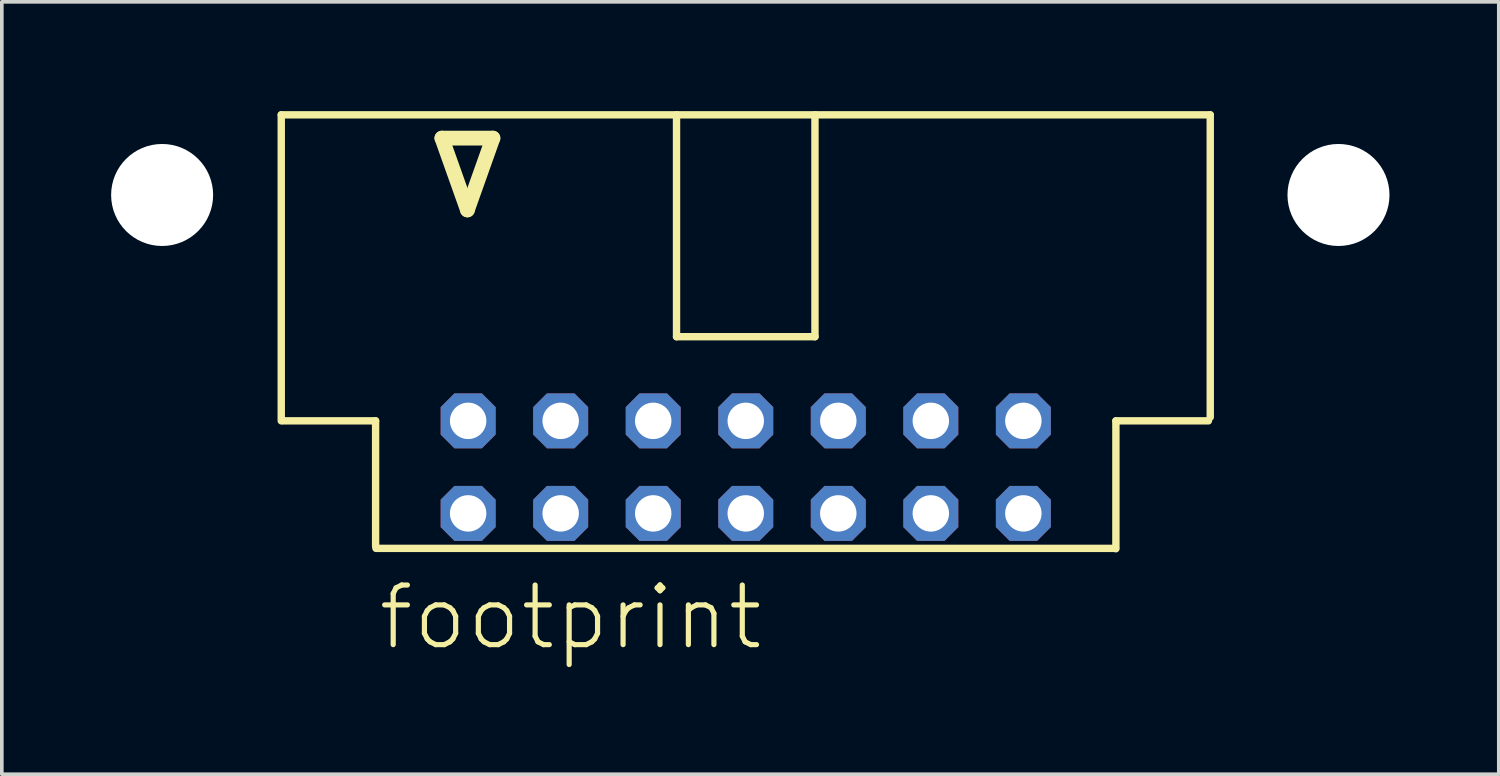
<source format=kicad_pcb>
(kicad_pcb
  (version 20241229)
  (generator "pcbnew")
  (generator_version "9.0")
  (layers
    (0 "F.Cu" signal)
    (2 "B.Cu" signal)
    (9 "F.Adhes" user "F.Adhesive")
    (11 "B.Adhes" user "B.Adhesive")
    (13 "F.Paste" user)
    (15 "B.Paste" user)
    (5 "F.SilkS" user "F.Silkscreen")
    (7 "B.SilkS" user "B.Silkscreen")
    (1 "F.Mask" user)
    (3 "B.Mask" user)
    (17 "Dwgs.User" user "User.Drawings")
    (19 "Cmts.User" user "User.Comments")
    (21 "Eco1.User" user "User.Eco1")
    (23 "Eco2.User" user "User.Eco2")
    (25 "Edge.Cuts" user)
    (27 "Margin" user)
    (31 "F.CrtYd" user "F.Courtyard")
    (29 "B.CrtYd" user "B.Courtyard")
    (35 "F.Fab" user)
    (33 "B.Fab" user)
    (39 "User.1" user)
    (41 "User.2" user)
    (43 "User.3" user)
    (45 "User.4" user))
  (footprint "footprint"
    (layer "F.Cu")
    (at 17.42 5.962)
    (property "Reference" "footprint" (at -10.16 8.89 0) (layer "F.SilkS") (effects (font (size 1.636 1.636) (thickness 0.142)) (justify left bottom)))
    (fp_line (start -12.75 -5.86) (end 12.75 -5.86) (stroke (width 0.203) (type solid)) (layer "F.SilkS"))
    (fp_line (start -12.75 2.54) (end -12.75 -5.86) (stroke (width 0.203) (type solid)) (layer "F.SilkS"))
    (fp_line (start -12.7 2.54) (end -10.16 2.54) (stroke (width 0.203) (type solid)) (layer "F.SilkS"))
    (fp_line (start -10.16 2.54) (end -10.16 5.98) (stroke (width 0.203) (type solid)) (layer "F.SilkS"))
    (fp_line (start -8.34 -5.22) (end -7.64 -3.25) (stroke (width 0.406) (type solid)) (layer "F.SilkS"))
    (fp_line (start -7.64 -3.25) (end -6.94 -5.22) (stroke (width 0.406) (type solid)) (layer "F.SilkS"))
    (fp_line (start -6.94 -5.22) (end -8.34 -5.22) (stroke (width 0.406) (type solid)) (layer "F.SilkS"))
    (fp_line (start -1.9 0.23) (end -1.9 -5.86) (stroke (width 0.203) (type solid)) (layer "F.SilkS"))
    (fp_line (start -1.9 0.23) (end 1.9 0.23) (stroke (width 0.203) (type solid)) (layer "F.SilkS"))
    (fp_line (start 1.9 0.23) (end 1.9 -5.86) (stroke (width 0.203) (type solid)) (layer "F.SilkS"))
    (fp_line (start 10.15 6.04) (end -10.15 6.04) (stroke (width 0.203) (type solid)) (layer "F.SilkS"))
    (fp_line (start 10.16 2.54) (end 10.16 6.05) (stroke (width 0.203) (type solid)) (layer "F.SilkS"))
    (fp_line (start 12.7 2.54) (end 10.16 2.54) (stroke (width 0.203) (type solid)) (layer "F.SilkS"))
    (fp_line (start 12.75 -5.86) (end 12.75 2.44) (stroke (width 0.203) (type solid)) (layer "F.SilkS"))
    (pad "" np_thru_hole circle (at -16.02 -3.66) (size 2.8 2.8) (drill 2.8) (layers "*.Cu" "*.Mask"))
    (pad "" np_thru_hole circle (at 16.27 -3.66) (size 2.8 2.8) (drill 2.8) (layers "*.Cu" "*.Mask"))
    (pad "1" thru_hole roundrect (at -7.62 5.08) (size 1.508 1.508) (drill 1) (layers "*.Cu" "*.Mask") (roundrect_rratio 0.25) (chamfer_ratio 0.25) (chamfer top_left top_right bottom_left bottom_right))
    (pad "2" thru_hole roundrect (at -7.62 2.54) (size 1.508 1.508) (drill 1) (layers "*.Cu" "*.Mask") (roundrect_rratio 0.25) (chamfer_ratio 0.25) (chamfer top_left top_right bottom_left bottom_right))
    (pad "3" thru_hole roundrect (at -5.08 5.08) (size 1.508 1.508) (drill 1) (layers "*.Cu" "*.Mask") (roundrect_rratio 0.25) (chamfer_ratio 0.25) (chamfer top_left top_right bottom_left bottom_right))
    (pad "4" thru_hole roundrect (at -5.08 2.54) (size 1.508 1.508) (drill 1) (layers "*.Cu" "*.Mask") (roundrect_rratio 0.25) (chamfer_ratio 0.25) (chamfer top_left top_right bottom_left bottom_right))
    (pad "5" thru_hole roundrect (at -2.54 5.08) (size 1.508 1.508) (drill 1) (layers "*.Cu" "*.Mask") (roundrect_rratio 0.25) (chamfer_ratio 0.25) (chamfer top_left top_right bottom_left bottom_right))
    (pad "6" thru_hole roundrect (at -2.54 2.54) (size 1.508 1.508) (drill 1) (layers "*.Cu" "*.Mask") (roundrect_rratio 0.25) (chamfer_ratio 0.25) (chamfer top_left top_right bottom_left bottom_right))
    (pad "7" thru_hole roundrect (at 0 5.08) (size 1.508 1.508) (drill 1) (layers "*.Cu" "*.Mask") (roundrect_rratio 0.25) (chamfer_ratio 0.25) (chamfer top_left top_right bottom_left bottom_right))
    (pad "8" thru_hole roundrect (at 0 2.54) (size 1.508 1.508) (drill 1) (layers "*.Cu" "*.Mask") (roundrect_rratio 0.25) (chamfer_ratio 0.25) (chamfer top_left top_right bottom_left bottom_right))
    (pad "9" thru_hole roundrect (at 2.54 5.08) (size 1.508 1.508) (drill 1) (layers "*.Cu" "*.Mask") (roundrect_rratio 0.25) (chamfer_ratio 0.25) (chamfer top_left top_right bottom_left bottom_right))
    (pad "10" thru_hole roundrect (at 2.54 2.54) (size 1.508 1.508) (drill 1) (layers "*.Cu" "*.Mask") (roundrect_rratio 0.25) (chamfer_ratio 0.25) (chamfer top_left top_right bottom_left bottom_right))
    (pad "11" thru_hole roundrect (at 5.08 5.08) (size 1.508 1.508) (drill 1) (layers "*.Cu" "*.Mask") (roundrect_rratio 0.25) (chamfer_ratio 0.25) (chamfer top_left top_right bottom_left bottom_right))
    (pad "12" thru_hole roundrect (at 5.08 2.54) (size 1.508 1.508) (drill 1) (layers "*.Cu" "*.Mask") (roundrect_rratio 0.25) (chamfer_ratio 0.25) (chamfer top_left top_right bottom_left bottom_right))
    (pad "13" thru_hole roundrect (at 7.62 5.08) (size 1.508 1.508) (drill 1) (layers "*.Cu" "*.Mask") (roundrect_rratio 0.25) (chamfer_ratio 0.25) (chamfer top_left top_right bottom_left bottom_right))
    (pad "14" thru_hole roundrect (at 7.62 2.54) (size 1.508 1.508) (drill 1) (layers "*.Cu" "*.Mask") (roundrect_rratio 0.25) (chamfer_ratio 0.25) (chamfer top_left top_right bottom_left bottom_right)))
  (gr_rect
    (start -3 -3)
    (end 38.09 18.202)
    (stroke (width 0.1) (type default))
    (fill no)
    (layer "Edge.Cuts")))
</source>
